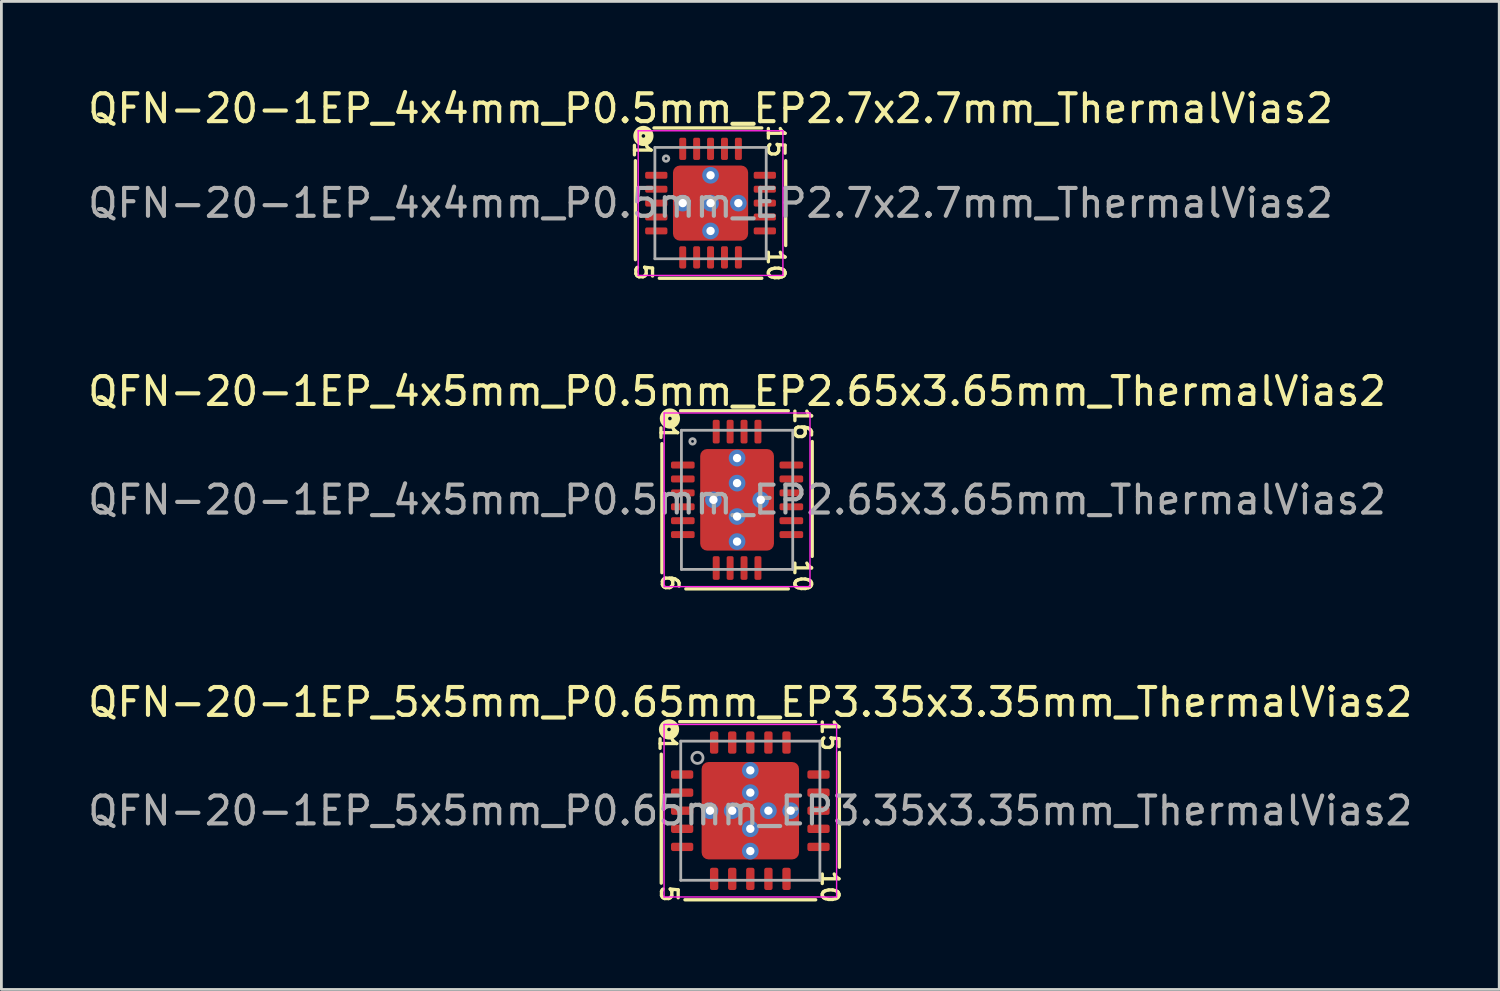
<source format=kicad_pcb>
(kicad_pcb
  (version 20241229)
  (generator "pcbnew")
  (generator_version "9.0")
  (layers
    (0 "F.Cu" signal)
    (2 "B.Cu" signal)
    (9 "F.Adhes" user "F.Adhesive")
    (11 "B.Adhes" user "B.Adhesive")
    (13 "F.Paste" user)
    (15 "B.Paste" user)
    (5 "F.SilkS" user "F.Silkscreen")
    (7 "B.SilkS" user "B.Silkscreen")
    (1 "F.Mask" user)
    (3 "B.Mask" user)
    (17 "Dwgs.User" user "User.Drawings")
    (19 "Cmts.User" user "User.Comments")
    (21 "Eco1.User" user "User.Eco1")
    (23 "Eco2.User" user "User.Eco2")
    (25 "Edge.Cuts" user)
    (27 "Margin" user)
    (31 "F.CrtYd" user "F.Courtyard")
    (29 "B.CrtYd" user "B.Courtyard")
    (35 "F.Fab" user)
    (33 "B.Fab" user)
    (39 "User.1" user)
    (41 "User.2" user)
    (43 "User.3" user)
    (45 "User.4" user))
  (footprint "QFN-20-1EP_4x4mm_P0.5mm_EP2.7x2.7mm_ThermalVias2"
    (layer "F.Cu")
    (at 22.482 4.248)
    (property "Reference" "QFN-20-1EP_4x4mm_P0.5mm_EP2.7x2.7mm_ThermalVias2" (at 0 -3.4 0) (layer "F.SilkS") (effects (font (size 1 1) (thickness 0.15))))
    (attr smd)
    (fp_line (start -2.7 -1.524) (end -2.7 2.032) (stroke (width 0.12) (type solid)) (layer "F.SilkS"))
    (fp_line (start -1.841 2.7) (end 1.841 2.7) (stroke (width 0.12) (type solid)) (layer "F.SilkS"))
    (fp_line (start 1.841 -2.7) (end -2.032 -2.7) (stroke (width 0.12) (type solid)) (layer "F.SilkS"))
    (fp_line (start 2.7 1.524) (end 2.7 -1.524) (stroke (width 0.12) (type solid)) (layer "F.SilkS"))
    (fp_circle (center -2.413 -2.413) (end -2.349 -2.413) (stroke (width 0.3) (type solid)) (fill no) (layer "F.SilkS"))
    (fp_line (start -2.6 -2.6) (end -2.6 2.6) (stroke (width 0.05) (type solid)) (layer "F.CrtYd"))
    (fp_line (start -2.6 2.6) (end 2.6 2.6) (stroke (width 0.05) (type solid)) (layer "F.CrtYd"))
    (fp_line (start 2.6 -2.6) (end -2.6 -2.6) (stroke (width 0.05) (type solid)) (layer "F.CrtYd"))
    (fp_line (start 2.6 2.6) (end 2.6 -2.6) (stroke (width 0.05) (type solid)) (layer "F.CrtYd"))
    (fp_line (start -2 -2) (end 2 -2) (stroke (width 0.1) (type solid)) (layer "F.Fab"))
    (fp_line (start -2 2) (end -2 -2) (stroke (width 0.1) (type solid)) (layer "F.Fab"))
    (fp_line (start 2 -2) (end 2 2) (stroke (width 0.1) (type solid)) (layer "F.Fab"))
    (fp_line (start 2 2) (end -2 2) (stroke (width 0.1) (type solid)) (layer "F.Fab"))
    (fp_circle (center -1.6 -1.6) (end -1.5 -1.6) (stroke (width 0.1) (type solid)) (fill no) (layer "F.Fab"))
    (fp_text user "1" (at -2.463 -1.905 270) (unlocked yes) (layer "F.SilkS") (effects (font (size 0.6 0.6) (thickness 0.12))))
    (fp_text user "5" (at -2.413 2.477 270) (unlocked yes) (layer "F.SilkS") (effects (font (size 0.6 0.6) (thickness 0.12))))
    (fp_text user "15" (at 2.349 -2.223 270) (unlocked yes) (layer "F.SilkS") (effects (font (size 0.6 0.6) (thickness 0.12))))
    (fp_text user "10" (at 2.349 2.223 270) (unlocked yes) (layer "F.SilkS") (effects (font (size 0.6 0.6) (thickness 0.12))))
    (fp_text user "${REFERENCE}" (at 0 0 0) (layer "F.Fab") (effects (font (size 1 1) (thickness 0.15))))
    (pad "" smd roundrect (at -0.775 -0.775) (size 0.75 0.75) (layers "F.Paste") (roundrect_rratio 0.25))
    (pad "" smd roundrect (at -0.775 -0.775) (size 0.95 0.95) (layers "F.Mask") (roundrect_rratio 0.25))
    (pad "" smd roundrect (at -0.775 0.775) (size 0.75 0.75) (layers "F.Paste") (roundrect_rratio 0.25))
    (pad "" smd roundrect (at -0.775 0.775) (size 0.95 0.95) (layers "F.Mask") (roundrect_rratio 0.25))
    (pad "" smd roundrect (at 0.775 -0.775) (size 0.75 0.75) (layers "F.Paste") (roundrect_rratio 0.25))
    (pad "" smd roundrect (at 0.775 -0.775) (size 0.95 0.95) (layers "F.Mask") (roundrect_rratio 0.25))
    (pad "" smd roundrect (at 0.775 0.775) (size 0.75 0.75) (layers "F.Paste") (roundrect_rratio 0.25))
    (pad "" smd roundrect (at 0.775 0.775) (size 0.95 0.95) (layers "F.Mask") (roundrect_rratio 0.25))
    (pad "1" smd roundrect (at -1.95 -1) (size 0.8 0.25) (layers "F.Cu" "F.Mask" "F.Paste") (roundrect_rratio 0.25))
    (pad "2" smd roundrect (at -1.95 -0.5) (size 0.8 0.25) (layers "F.Cu" "F.Mask" "F.Paste") (roundrect_rratio 0.25))
    (pad "3" smd roundrect (at -1.95 0) (size 0.8 0.25) (layers "F.Cu" "F.Mask" "F.Paste") (roundrect_rratio 0.25))
    (pad "4" smd roundrect (at -1.95 0.5) (size 0.8 0.25) (layers "F.Cu" "F.Mask" "F.Paste") (roundrect_rratio 0.25))
    (pad "5" smd roundrect (at -1.95 1) (size 0.8 0.25) (layers "F.Cu" "F.Mask" "F.Paste") (roundrect_rratio 0.25))
    (pad "6" smd roundrect (at -1 1.95) (size 0.25 0.8) (layers "F.Cu" "F.Mask" "F.Paste") (roundrect_rratio 0.25))
    (pad "7" smd roundrect (at -0.5 1.95) (size 0.25 0.8) (layers "F.Cu" "F.Mask" "F.Paste") (roundrect_rratio 0.25))
    (pad "8" smd roundrect (at 0 1.95) (size 0.25 0.8) (layers "F.Cu" "F.Mask" "F.Paste") (roundrect_rratio 0.25))
    (pad "9" smd roundrect (at 0.5 1.95) (size 0.25 0.8) (layers "F.Cu" "F.Mask" "F.Paste") (roundrect_rratio 0.25))
    (pad "10" smd roundrect (at 1 1.95) (size 0.25 0.8) (layers "F.Cu" "F.Mask" "F.Paste") (roundrect_rratio 0.25))
    (pad "11" smd roundrect (at 1.95 1) (size 0.8 0.25) (layers "F.Cu" "F.Mask" "F.Paste") (roundrect_rratio 0.25))
    (pad "12" smd roundrect (at 1.95 0.5) (size 0.8 0.25) (layers "F.Cu" "F.Mask" "F.Paste") (roundrect_rratio 0.25))
    (pad "13" smd roundrect (at 1.95 0) (size 0.8 0.25) (layers "F.Cu" "F.Mask" "F.Paste") (roundrect_rratio 0.25))
    (pad "14" smd roundrect (at 1.95 -0.5) (size 0.8 0.25) (layers "F.Cu" "F.Mask" "F.Paste") (roundrect_rratio 0.25))
    (pad "15" smd roundrect (at 1.95 -1) (size 0.8 0.25) (layers "F.Cu" "F.Mask" "F.Paste") (roundrect_rratio 0.25))
    (pad "16" smd roundrect (at 1 -1.95) (size 0.25 0.8) (layers "F.Cu" "F.Mask" "F.Paste") (roundrect_rratio 0.25))
    (pad "17" smd roundrect (at 0.5 -1.95) (size 0.25 0.8) (layers "F.Cu" "F.Mask" "F.Paste") (roundrect_rratio 0.25))
    (pad "18" smd roundrect (at 0 -1.95) (size 0.25 0.8) (layers "F.Cu" "F.Mask" "F.Paste") (roundrect_rratio 0.25))
    (pad "19" smd roundrect (at -0.5 -1.95) (size 0.25 0.8) (layers "F.Cu" "F.Mask" "F.Paste") (roundrect_rratio 0.25))
    (pad "20" smd roundrect (at -1 -1.95) (size 0.25 0.8) (layers "F.Cu" "F.Mask" "F.Paste") (roundrect_rratio 0.25))
    (pad "21" thru_hole circle (at -1 0) (size 0.6 0.6) (drill 0.3) (property pad_prop_heatsink) (layers "*.Cu" "*.Mask"))
    (pad "21" thru_hole circle (at 0 -1) (size 0.6 0.6) (drill 0.3) (property pad_prop_heatsink) (layers "*.Cu" "*.Mask"))
    (pad "21" thru_hole circle (at 0 0) (size 0.6 0.6) (drill 0.3) (property pad_prop_heatsink) (layers "*.Cu" "*.Mask"))
    (pad "21" smd roundrect (at 0 0) (size 2.7 2.7) (layers "F.Cu") (roundrect_rratio 0.093))
    (pad "21" thru_hole circle (at 0 1) (size 0.6 0.6) (drill 0.3) (property pad_prop_heatsink) (layers "*.Cu" "*.Mask"))
    (pad "21" thru_hole circle (at 1 0) (size 0.6 0.6) (drill 0.3) (property pad_prop_heatsink) (layers "*.Cu" "*.Mask")))
  (footprint "QFN-20-1EP_4x5mm_P0.5mm_EP2.65x3.65mm_ThermalVias2"
    (layer "F.Cu")
    (at 23.435 14.91)
    (property "Reference" "QFN-20-1EP_4x5mm_P0.5mm_EP2.65x3.65mm_ThermalVias2" (at 0 -3.9 0) (layer "F.SilkS") (effects (font (size 1 1) (thickness 0.15))))
    (attr smd)
    (fp_line (start -2.7 -2.018) (end -2.7 2.618) (stroke (width 0.12) (type solid)) (layer "F.SilkS"))
    (fp_line (start -1.841 3.2) (end 1.841 3.2) (stroke (width 0.12) (type solid)) (layer "F.SilkS"))
    (fp_line (start 1.841 -3.2) (end -2.032 -3.2) (stroke (width 0.12) (type solid)) (layer "F.SilkS"))
    (fp_line (start 2.7 2.032) (end 2.7 -2.095) (stroke (width 0.12) (type solid)) (layer "F.SilkS"))
    (fp_circle (center -2.413 -2.921) (end -2.349 -2.921) (stroke (width 0.3) (type solid)) (fill no) (layer "F.SilkS"))
    (fp_line (start -2.62 -3.12) (end -2.62 3.12) (stroke (width 0.05) (type solid)) (layer "F.CrtYd"))
    (fp_line (start -2.62 3.12) (end 2.62 3.12) (stroke (width 0.05) (type solid)) (layer "F.CrtYd"))
    (fp_line (start 2.62 -3.12) (end -2.62 -3.12) (stroke (width 0.05) (type solid)) (layer "F.CrtYd"))
    (fp_line (start 2.62 3.12) (end 2.62 -3.12) (stroke (width 0.05) (type solid)) (layer "F.CrtYd"))
    (fp_line (start -2 -2.5) (end 2 -2.5) (stroke (width 0.1) (type solid)) (layer "F.Fab"))
    (fp_line (start -2 2.5) (end -2 -2.5) (stroke (width 0.1) (type solid)) (layer "F.Fab"))
    (fp_line (start 2 -2.5) (end 2 2.5) (stroke (width 0.1) (type solid)) (layer "F.Fab"))
    (fp_line (start 2 2.5) (end -2 2.5) (stroke (width 0.1) (type solid)) (layer "F.Fab"))
    (fp_circle (center -1.6 -2.1) (end -1.5 -2.1) (stroke (width 0.1) (type solid)) (fill no) (layer "F.Fab"))
    (fp_text user "1" (at -2.463 -2.413 270) (unlocked yes) (layer "F.SilkS") (effects (font (size 0.6 0.6) (thickness 0.12))))
    (fp_text user "16" (at 2.349 -2.731 270) (unlocked yes) (layer "F.SilkS") (effects (font (size 0.6 0.6) (thickness 0.12))))
    (fp_text user "10" (at 2.349 2.731 270) (unlocked yes) (layer "F.SilkS") (effects (font (size 0.6 0.6) (thickness 0.12))))
    (fp_text user "6" (at -2.413 2.985 270) (unlocked yes) (layer "F.SilkS") (effects (font (size 0.6 0.6) (thickness 0.12))))
    (fp_text user "${REFERENCE}" (at 0 0 0) (layer "F.Fab") (effects (font (size 1 1) (thickness 0.15))))
    (pad "" smd roundrect (at -0.775 0.662) (size 0.7 0.475) (layers "F.Paste") (roundrect_rratio 0.25))
    (pad "" smd roundrect (at -0.762 -1.35) (size 0.675 0.5) (layers "F.Paste") (roundrect_rratio 0.25))
    (pad "" smd roundrect (at -0.762 -1.012) (size 0.925 1.425) (layers "F.Mask") (roundrect_rratio 0.25))
    (pad "" smd roundrect (at -0.762 -0.662) (size 0.675 0.475) (layers "F.Paste") (roundrect_rratio 0.25))
    (pad "" smd roundrect (at -0.762 1.012) (size 0.925 1.425) (layers "F.Mask") (roundrect_rratio 0.25))
    (pad "" smd roundrect (at -0.762 1.35) (size 0.675 0.5) (layers "F.Paste") (roundrect_rratio 0.25))
    (pad "" smd roundrect (at 0.762 -1.35) (size 0.675 0.5) (layers "F.Paste") (roundrect_rratio 0.25))
    (pad "" smd roundrect (at 0.762 -1.012) (size 0.925 1.425) (layers "F.Mask") (roundrect_rratio 0.25))
    (pad "" smd roundrect (at 0.762 -0.662) (size 0.675 0.475) (layers "F.Paste") (roundrect_rratio 0.25))
    (pad "" smd roundrect (at 0.762 0.662) (size 0.675 0.475) (layers "F.Paste") (roundrect_rratio 0.25))
    (pad "" smd roundrect (at 0.762 1.012) (size 0.925 1.425) (layers "F.Mask") (roundrect_rratio 0.25))
    (pad "" smd roundrect (at 0.762 1.35) (size 0.675 0.5) (layers "F.Paste") (roundrect_rratio 0.25))
    (pad "1" smd roundrect (at -1.95 -1.25) (size 0.85 0.25) (layers "F.Cu" "F.Mask" "F.Paste") (roundrect_rratio 0.25))
    (pad "2" smd roundrect (at -1.95 -0.75) (size 0.85 0.25) (layers "F.Cu" "F.Mask" "F.Paste") (roundrect_rratio 0.25))
    (pad "3" smd roundrect (at -1.95 -0.25) (size 0.85 0.25) (layers "F.Cu" "F.Mask" "F.Paste") (roundrect_rratio 0.25))
    (pad "4" smd roundrect (at -1.95 0.25) (size 0.85 0.25) (layers "F.Cu" "F.Mask" "F.Paste") (roundrect_rratio 0.25))
    (pad "5" smd roundrect (at -1.95 0.75) (size 0.85 0.25) (layers "F.Cu" "F.Mask" "F.Paste") (roundrect_rratio 0.25))
    (pad "6" smd roundrect (at -1.95 1.25) (size 0.85 0.25) (layers "F.Cu" "F.Mask" "F.Paste") (roundrect_rratio 0.25))
    (pad "7" smd roundrect (at -0.75 2.45) (size 0.25 0.85) (layers "F.Cu" "F.Mask" "F.Paste") (roundrect_rratio 0.25))
    (pad "8" smd roundrect (at -0.25 2.45) (size 0.25 0.85) (layers "F.Cu" "F.Mask" "F.Paste") (roundrect_rratio 0.25))
    (pad "9" smd roundrect (at 0.25 2.45) (size 0.25 0.85) (layers "F.Cu" "F.Mask" "F.Paste") (roundrect_rratio 0.25))
    (pad "10" smd roundrect (at 0.75 2.45) (size 0.25 0.85) (layers "F.Cu" "F.Mask" "F.Paste") (roundrect_rratio 0.25))
    (pad "11" smd roundrect (at 1.95 1.25) (size 0.85 0.25) (layers "F.Cu" "F.Mask" "F.Paste") (roundrect_rratio 0.25))
    (pad "12" smd roundrect (at 1.95 0.75) (size 0.85 0.25) (layers "F.Cu" "F.Mask" "F.Paste") (roundrect_rratio 0.25))
    (pad "13" smd roundrect (at 1.95 0.25) (size 0.85 0.25) (layers "F.Cu" "F.Mask" "F.Paste") (roundrect_rratio 0.25))
    (pad "14" smd roundrect (at 1.95 -0.25) (size 0.85 0.25) (layers "F.Cu" "F.Mask" "F.Paste") (roundrect_rratio 0.25))
    (pad "15" smd roundrect (at 1.95 -0.75) (size 0.85 0.25) (layers "F.Cu" "F.Mask" "F.Paste") (roundrect_rratio 0.25))
    (pad "16" smd roundrect (at 1.95 -1.25) (size 0.85 0.25) (layers "F.Cu" "F.Mask" "F.Paste") (roundrect_rratio 0.25))
    (pad "17" smd roundrect (at 0.75 -2.45) (size 0.25 0.85) (layers "F.Cu" "F.Mask" "F.Paste") (roundrect_rratio 0.25))
    (pad "18" smd roundrect (at 0.25 -2.45) (size 0.25 0.85) (layers "F.Cu" "F.Mask" "F.Paste") (roundrect_rratio 0.25))
    (pad "19" smd roundrect (at -0.25 -2.45) (size 0.25 0.85) (layers "F.Cu" "F.Mask" "F.Paste") (roundrect_rratio 0.25))
    (pad "20" smd roundrect (at -0.75 -2.45) (size 0.25 0.85) (layers "F.Cu" "F.Mask" "F.Paste") (roundrect_rratio 0.25))
    (pad "21" thru_hole circle (at -0.85 0) (size 0.6 0.6) (drill 0.3) (property pad_prop_heatsink) (layers "*.Cu" "*.Mask"))
    (pad "21" thru_hole circle (at 0 -1.5) (size 0.6 0.6) (drill 0.3) (property pad_prop_heatsink) (layers "*.Cu" "*.Mask"))
    (pad "21" thru_hole circle (at 0 -0.6) (size 0.6 0.6) (drill 0.3) (property pad_prop_heatsink) (layers "*.Cu" "*.Mask"))
    (pad "21" smd roundrect (at 0 0) (size 2.65 3.65) (layers "F.Cu") (roundrect_rratio 0.094))
    (pad "21" thru_hole circle (at 0 0.6) (size 0.6 0.6) (drill 0.3) (property pad_prop_heatsink) (layers "*.Cu" "*.Mask"))
    (pad "21" thru_hole circle (at 0 1.5) (size 0.6 0.6) (drill 0.3) (property pad_prop_heatsink) (layers "*.Cu" "*.Mask"))
    (pad "21" thru_hole circle (at 0.85 0) (size 0.6 0.6) (drill 0.3) (property pad_prop_heatsink) (layers "*.Cu" "*.Mask")))
  (footprint "QFN-20-1EP_5x5mm_P0.65mm_EP3.35x3.35mm_ThermalVias2"
    (layer "F.Cu")
    (at 23.911 26.081)
    (property "Reference" "QFN-20-1EP_5x5mm_P0.65mm_EP3.35x3.35mm_ThermalVias2" (at 0 -3.9 0) (layer "F.SilkS") (effects (font (size 1 1) (thickness 0.15))))
    (attr smd)
    (fp_line (start -3.2 -2.032) (end -3.2 2.603) (stroke (width 0.12) (type solid)) (layer "F.SilkS"))
    (fp_line (start -2.349 3.2) (end 2.349 3.2) (stroke (width 0.12) (type solid)) (layer "F.SilkS"))
    (fp_line (start 2.349 -3.2) (end -2.54 -3.2) (stroke (width 0.12) (type solid)) (layer "F.SilkS"))
    (fp_line (start 3.2 2.032) (end 3.2 -2.095) (stroke (width 0.12) (type solid)) (layer "F.SilkS"))
    (fp_circle (center -2.921 -2.921) (end -2.857 -2.921) (stroke (width 0.3) (type solid)) (fill no) (layer "F.SilkS"))
    (fp_line (start -3.1 -3.1) (end -3.1 3.1) (stroke (width 0.05) (type solid)) (layer "F.CrtYd"))
    (fp_line (start -3.1 3.1) (end 3.1 3.1) (stroke (width 0.05) (type solid)) (layer "F.CrtYd"))
    (fp_line (start 3.1 -3.1) (end -3.1 -3.1) (stroke (width 0.05) (type solid)) (layer "F.CrtYd"))
    (fp_line (start 3.1 3.1) (end 3.1 -3.1) (stroke (width 0.05) (type solid)) (layer "F.CrtYd"))
    (fp_line (start -2.5 -2.5) (end 2.5 -2.5) (stroke (width 0.1) (type solid)) (layer "F.Fab"))
    (fp_line (start -2.5 2.5) (end -2.5 -2.5) (stroke (width 0.1) (type solid)) (layer "F.Fab"))
    (fp_line (start 2.5 -2.5) (end 2.5 2.5) (stroke (width 0.1) (type solid)) (layer "F.Fab"))
    (fp_line (start 2.5 2.5) (end -2.5 2.5) (stroke (width 0.1) (type solid)) (layer "F.Fab"))
    (fp_circle (center -1.9 -1.9) (end -1.7 -1.9) (stroke (width 0.1) (type solid)) (fill no) (layer "F.Fab"))
    (fp_text user "5" (at -2.921 2.985 270) (unlocked yes) (layer "F.SilkS") (effects (font (size 0.6 0.6) (thickness 0.12))))
    (fp_text user "10" (at 2.857 2.731 270) (unlocked yes) (layer "F.SilkS") (effects (font (size 0.6 0.6) (thickness 0.12))))
    (fp_text user "15" (at 2.857 -2.731 270) (unlocked yes) (layer "F.SilkS") (effects (font (size 0.6 0.6) (thickness 0.12))))
    (fp_text user "1" (at -2.971 -2.413 270) (unlocked yes) (layer "F.SilkS") (effects (font (size 0.6 0.6) (thickness 0.12))))
    (fp_text user "${REFERENCE}" (at 0 0 0) (layer "F.Fab") (effects (font (size 1 1) (thickness 0.15))))
    (pad "" smd roundrect (at -1.3 -1.3) (size 0.5 0.5) (layers "F.Paste") (roundrect_rratio 0.25))
    (pad "" smd roundrect (at -1.3 -0.6) (size 0.5 0.5) (layers "F.Paste") (roundrect_rratio 0.25))
    (pad "" smd roundrect (at -1.3 0.6) (size 0.5 0.5) (layers "F.Paste") (roundrect_rratio 0.25))
    (pad "" smd roundrect (at -1.3 1.3) (size 0.5 0.5) (layers "F.Paste") (roundrect_rratio 0.25))
    (pad "" smd roundrect (at -0.95 -0.95) (size 1.4 1.4) (layers "F.Mask") (roundrect_rratio 0.179))
    (pad "" smd roundrect (at -0.95 0.95) (size 1.4 1.4) (layers "F.Mask") (roundrect_rratio 0.179))
    (pad "" smd roundrect (at -0.6 -1.3) (size 0.5 0.5) (layers "F.Paste") (roundrect_rratio 0.25))
    (pad "" smd roundrect (at -0.6 -0.6) (size 0.5 0.5) (layers "F.Paste") (roundrect_rratio 0.25))
    (pad "" smd roundrect (at -0.6 0.6) (size 0.5 0.5) (layers "F.Paste") (roundrect_rratio 0.25))
    (pad "" smd roundrect (at -0.6 1.3) (size 0.5 0.5) (layers "F.Paste") (roundrect_rratio 0.25))
    (pad "" smd roundrect (at 0.6 -1.3) (size 0.5 0.5) (layers "F.Paste") (roundrect_rratio 0.25))
    (pad "" smd roundrect (at 0.6 -0.6) (size 0.5 0.5) (layers "F.Paste") (roundrect_rratio 0.25))
    (pad "" smd roundrect (at 0.6 0.6) (size 0.5 0.5) (layers "F.Paste") (roundrect_rratio 0.25))
    (pad "" smd roundrect (at 0.6 1.3) (size 0.5 0.5) (layers "F.Paste") (roundrect_rratio 0.25))
    (pad "" smd roundrect (at 0.95 -0.95) (size 1.4 1.4) (layers "F.Mask") (roundrect_rratio 0.179))
    (pad "" smd roundrect (at 0.95 0.95) (size 1.4 1.4) (layers "F.Mask") (roundrect_rratio 0.179))
    (pad "" smd roundrect (at 1.3 -1.3) (size 0.5 0.5) (layers "F.Paste") (roundrect_rratio 0.25))
    (pad "" smd roundrect (at 1.3 -0.6) (size 0.5 0.5) (layers "F.Paste") (roundrect_rratio 0.25))
    (pad "" smd roundrect (at 1.3 0.6) (size 0.5 0.5) (layers "F.Paste") (roundrect_rratio 0.25))
    (pad "" smd roundrect (at 1.3 1.3) (size 0.5 0.5) (layers "F.Paste") (roundrect_rratio 0.25))
    (pad "1" smd roundrect (at -2.45 -1.3) (size 0.8 0.3) (layers "F.Cu" "F.Mask" "F.Paste") (roundrect_rratio 0.25))
    (pad "2" smd roundrect (at -2.45 -0.65) (size 0.8 0.3) (layers "F.Cu" "F.Mask" "F.Paste") (roundrect_rratio 0.25))
    (pad "3" smd roundrect (at -2.45 0) (size 0.8 0.3) (layers "F.Cu" "F.Mask" "F.Paste") (roundrect_rratio 0.25))
    (pad "4" smd roundrect (at -2.45 0.65) (size 0.8 0.3) (layers "F.Cu" "F.Mask" "F.Paste") (roundrect_rratio 0.25))
    (pad "5" smd roundrect (at -2.45 1.3) (size 0.8 0.3) (layers "F.Cu" "F.Mask" "F.Paste") (roundrect_rratio 0.25))
    (pad "6" smd roundrect (at -1.3 2.45) (size 0.3 0.8) (layers "F.Cu" "F.Mask" "F.Paste") (roundrect_rratio 0.25))
    (pad "7" smd roundrect (at -0.65 2.45) (size 0.3 0.8) (layers "F.Cu" "F.Mask" "F.Paste") (roundrect_rratio 0.25))
    (pad "8" smd roundrect (at 0 2.45) (size 0.3 0.8) (layers "F.Cu" "F.Mask" "F.Paste") (roundrect_rratio 0.25))
    (pad "9" smd roundrect (at 0.65 2.45) (size 0.3 0.8) (layers "F.Cu" "F.Mask" "F.Paste") (roundrect_rratio 0.25))
    (pad "10" smd roundrect (at 1.3 2.45) (size 0.3 0.8) (layers "F.Cu" "F.Mask" "F.Paste") (roundrect_rratio 0.25))
    (pad "11" smd roundrect (at 2.45 1.3) (size 0.8 0.3) (layers "F.Cu" "F.Mask" "F.Paste") (roundrect_rratio 0.25))
    (pad "12" smd roundrect (at 2.45 0.65) (size 0.8 0.3) (layers "F.Cu" "F.Mask" "F.Paste") (roundrect_rratio 0.25))
    (pad "13" smd roundrect (at 2.45 0) (size 0.8 0.3) (layers "F.Cu" "F.Mask" "F.Paste") (roundrect_rratio 0.25))
    (pad "14" smd roundrect (at 2.45 -0.65) (size 0.8 0.3) (layers "F.Cu" "F.Mask" "F.Paste") (roundrect_rratio 0.25))
    (pad "15" smd roundrect (at 2.45 -1.3) (size 0.8 0.3) (layers "F.Cu" "F.Mask" "F.Paste") (roundrect_rratio 0.25))
    (pad "16" smd roundrect (at 1.3 -2.45) (size 0.3 0.8) (layers "F.Cu" "F.Mask" "F.Paste") (roundrect_rratio 0.25))
    (pad "17" smd roundrect (at 0.65 -2.45) (size 0.3 0.8) (layers "F.Cu" "F.Mask" "F.Paste") (roundrect_rratio 0.25))
    (pad "18" smd roundrect (at 0 -2.45) (size 0.3 0.8) (layers "F.Cu" "F.Mask" "F.Paste") (roundrect_rratio 0.25))
    (pad "19" smd roundrect (at -0.65 -2.45) (size 0.3 0.8) (layers "F.Cu" "F.Mask" "F.Paste") (roundrect_rratio 0.25))
    (pad "20" smd roundrect (at -1.3 -2.45) (size 0.3 0.8) (layers "F.Cu" "F.Mask" "F.Paste") (roundrect_rratio 0.25))
    (pad "21" thru_hole circle (at -1.45 0) (size 0.6 0.6) (drill 0.3) (property pad_prop_heatsink) (layers "*.Cu" "*.Mask"))
    (pad "21" thru_hole circle (at -0.65 0) (size 0.6 0.6) (drill 0.3) (property pad_prop_heatsink) (layers "*.Cu" "*.Mask"))
    (pad "21" thru_hole circle (at 0 -1.45) (size 0.6 0.6) (drill 0.3) (property pad_prop_heatsink) (layers "*.Cu" "*.Mask"))
    (pad "21" thru_hole circle (at 0 -0.65) (size 0.6 0.6) (drill 0.3) (property pad_prop_heatsink) (layers "*.Cu" "*.Mask"))
    (pad "21" smd roundrect (at 0 0) (size 3.5 3.5) (layers "F.Cu") (roundrect_rratio 0.071))
    (pad "21" thru_hole circle (at 0 0.65) (size 0.6 0.6) (drill 0.3) (property pad_prop_heatsink) (layers "*.Cu" "*.Mask"))
    (pad "21" thru_hole circle (at 0 1.45) (size 0.6 0.6) (drill 0.3) (property pad_prop_heatsink) (layers "*.Cu" "*.Mask"))
    (pad "21" thru_hole circle (at 0.65 0) (size 0.6 0.6) (drill 0.3) (property pad_prop_heatsink) (layers "*.Cu" "*.Mask"))
    (pad "21" thru_hole circle (at 1.45 0) (size 0.6 0.6) (drill 0.3) (property pad_prop_heatsink) (layers "*.Cu" "*.Mask")))
  (gr_rect
    (start -3 -3)
    (end 50.821 32.503)
    (stroke (width 0.1) (type default))
    (fill no)
    (layer "Edge.Cuts")))
</source>
